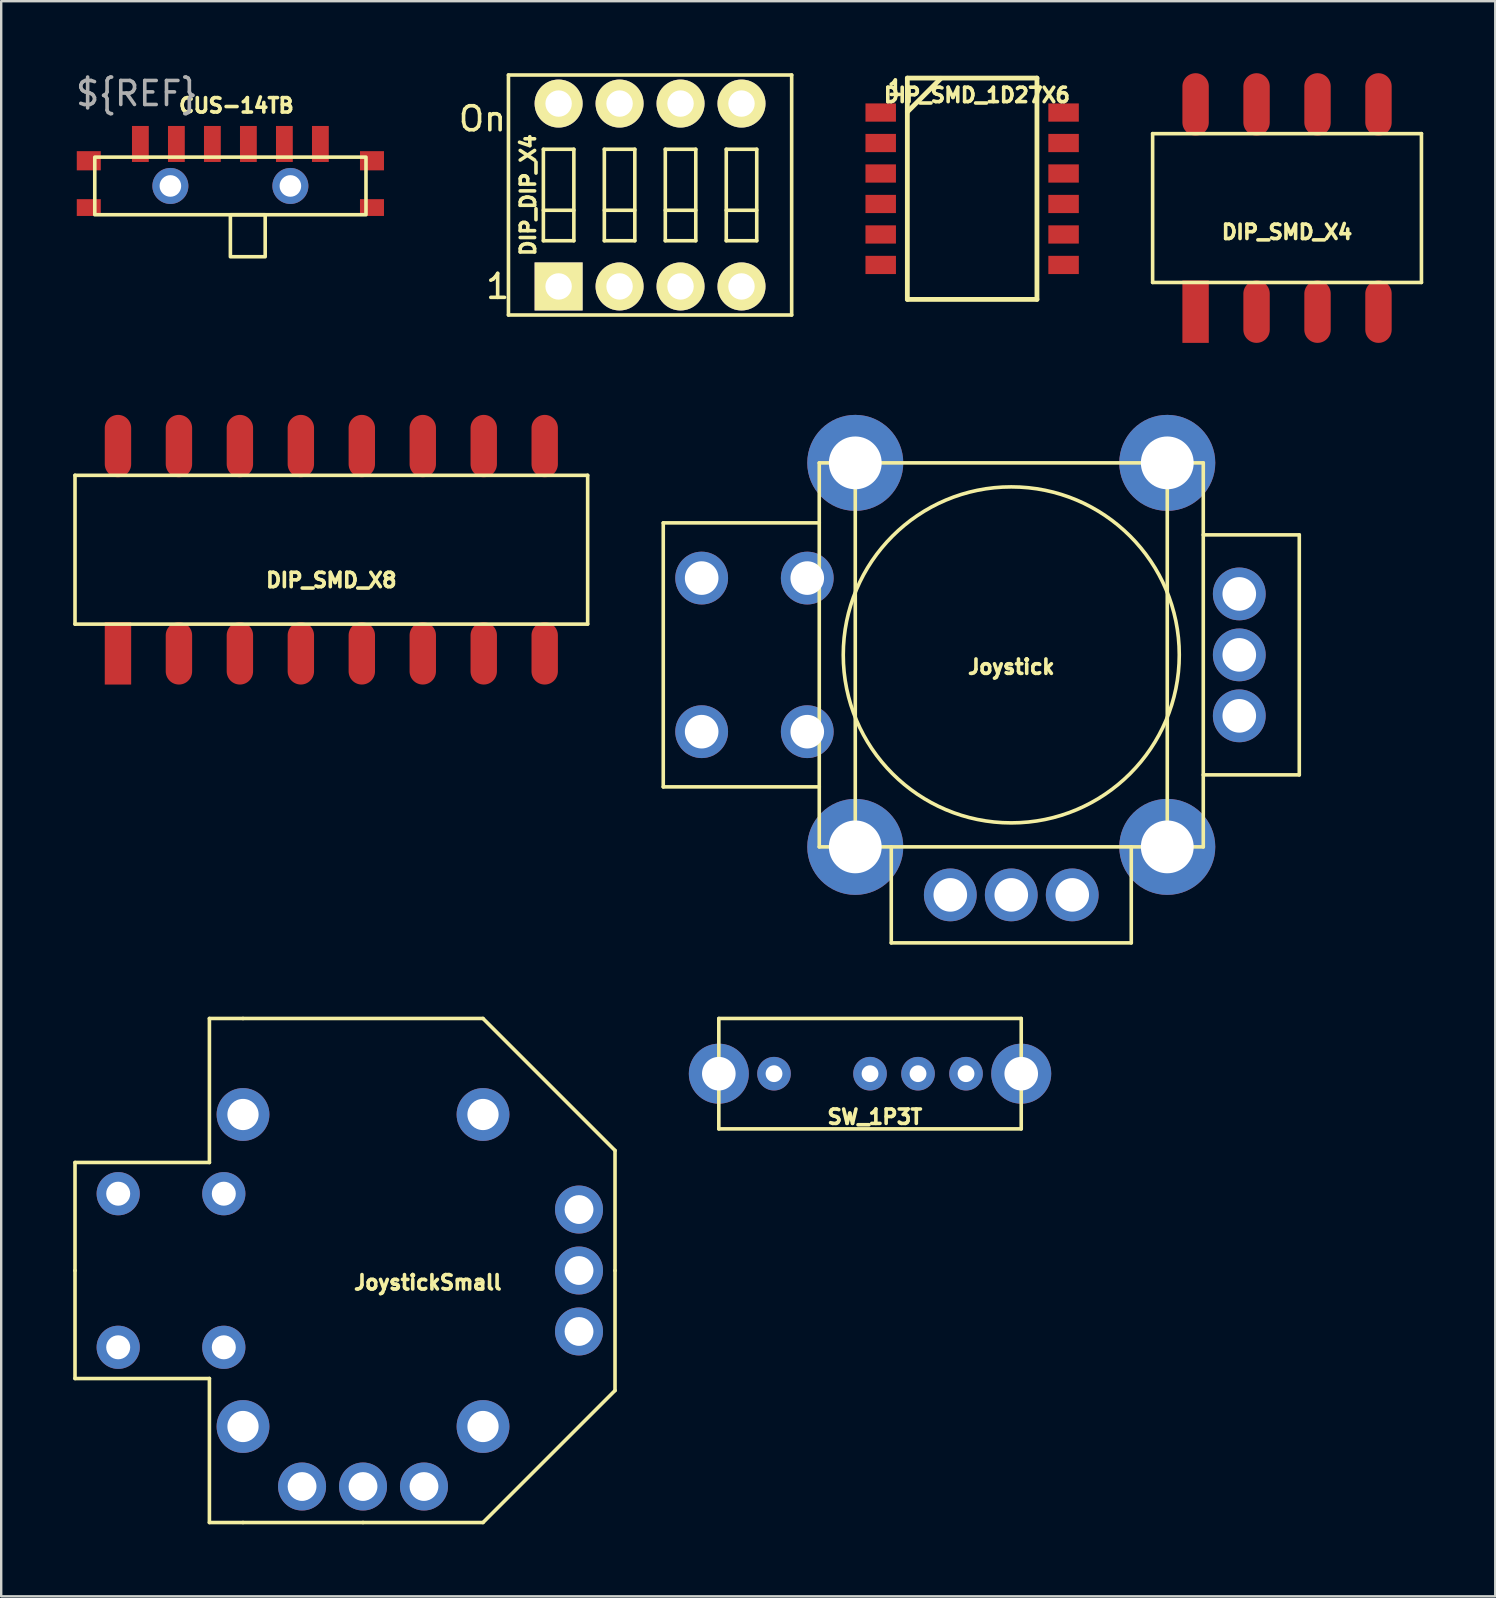
<source format=kicad_pcb>
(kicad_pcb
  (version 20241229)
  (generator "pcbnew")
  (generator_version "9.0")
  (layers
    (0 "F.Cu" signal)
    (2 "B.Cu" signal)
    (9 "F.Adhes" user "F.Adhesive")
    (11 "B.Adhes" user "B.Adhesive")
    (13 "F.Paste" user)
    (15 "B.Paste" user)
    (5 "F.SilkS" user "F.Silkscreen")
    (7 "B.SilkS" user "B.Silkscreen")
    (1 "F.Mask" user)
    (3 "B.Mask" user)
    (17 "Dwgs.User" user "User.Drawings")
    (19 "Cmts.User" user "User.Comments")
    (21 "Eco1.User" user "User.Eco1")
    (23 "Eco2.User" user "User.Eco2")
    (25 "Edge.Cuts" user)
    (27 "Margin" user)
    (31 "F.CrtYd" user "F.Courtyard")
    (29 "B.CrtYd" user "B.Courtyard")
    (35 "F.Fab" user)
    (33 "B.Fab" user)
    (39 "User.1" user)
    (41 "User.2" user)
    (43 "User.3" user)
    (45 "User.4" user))
  (footprint "SW_1P3T"
    (layer "F.Cu")
    (at 33.2 41.686)
    (property "Reference" "SW_1P3T" (at 0.2 1.8 0) (layer "F.SilkS") (effects (font (size 0.6 0.6) (thickness 0.15))))
    (attr through_hole)
    (fp_line (start -6.3 -2.3) (end 6.3 -2.3) (stroke (width 0.15) (type solid)) (layer "F.SilkS"))
    (fp_line (start -6.3 2.3) (end -6.3 -2.3) (stroke (width 0.15) (type solid)) (layer "F.SilkS"))
    (fp_line (start 6.3 -2.3) (end 6.3 2.3) (stroke (width 0.15) (type solid)) (layer "F.SilkS"))
    (fp_line (start 6.3 2.3) (end -6.3 2.3) (stroke (width 0.15) (type solid)) (layer "F.SilkS"))
    (pad "1" thru_hole circle (at 0 0) (size 1.4 1.4) (drill 0.7) (layers "*.Cu" "*.Mask"))
    (pad "2" thru_hole circle (at -4 0) (size 1.4 1.4) (drill 0.7) (layers "*.Cu" "*.Mask"))
    (pad "3" thru_hole circle (at 2 0) (size 1.4 1.4) (drill 0.7) (layers "*.Cu" "*.Mask"))
    (pad "4" thru_hole circle (at 4 0) (size 1.4 1.4) (drill 0.7) (layers "*.Cu" "*.Mask"))
    (pad "H" thru_hole circle (at -6.3 0) (size 2.5 2.5) (drill 1.4) (layers "*.Cu" "*.Mask"))
    (pad "H" thru_hole circle (at 6.3 0) (size 2.5 2.5) (drill 1.4) (layers "*.Cu" "*.Mask")))
  (footprint "DIP_SMD_X8"
    (layer "F.Cu")
    (at 10.755 19.854)
    (property "Reference" "DIP_SMD_X8" (at 0 1.27 0) (layer "F.SilkS") (effects (font (size 0.6 0.6) (thickness 0.15))))
    (attr through_hole)
    (fp_line (start -10.68 -3.1) (end 10.68 -3.1) (stroke (width 0.15) (type solid)) (layer "F.SilkS"))
    (fp_line (start -10.68 3.1) (end -10.68 -3.1) (stroke (width 0.15) (type solid)) (layer "F.SilkS"))
    (fp_line (start 10.68 -3.1) (end 10.68 3.1) (stroke (width 0.15) (type solid)) (layer "F.SilkS"))
    (fp_line (start 10.68 3.1) (end -10.68 3.1) (stroke (width 0.15) (type solid)) (layer "F.SilkS"))
    (pad "1" smd rect (at -8.89 4.318) (size 1.1 2.6) (layers "F.Cu" "F.Mask" "F.Paste"))
    (pad "2" smd oval (at -6.35 4.318) (size 1.1 2.6) (layers "F.Cu" "F.Mask" "F.Paste"))
    (pad "3" smd oval (at -3.81 4.318) (size 1.1 2.6) (layers "F.Cu" "F.Mask" "F.Paste"))
    (pad "4" smd oval (at -1.27 4.318) (size 1.1 2.6) (layers "F.Cu" "F.Mask" "F.Paste"))
    (pad "5" smd oval (at 1.27 4.318) (size 1.1 2.6) (layers "F.Cu" "F.Mask" "F.Paste"))
    (pad "6" smd oval (at 3.81 4.318) (size 1.1 2.6) (layers "F.Cu" "F.Mask" "F.Paste"))
    (pad "7" smd oval (at 6.35 4.318) (size 1.1 2.6) (layers "F.Cu" "F.Mask" "F.Paste"))
    (pad "8" smd oval (at 8.89 4.318) (size 1.1 2.6) (layers "F.Cu" "F.Mask" "F.Paste"))
    (pad "9" smd oval (at 8.89 -4.318) (size 1.1 2.6) (layers "F.Cu" "F.Mask" "F.Paste"))
    (pad "10" smd oval (at 6.35 -4.318) (size 1.1 2.6) (layers "F.Cu" "F.Mask" "F.Paste"))
    (pad "11" smd oval (at 3.81 -4.318) (size 1.1 2.6) (layers "F.Cu" "F.Mask" "F.Paste"))
    (pad "12" smd oval (at 1.27 -4.318) (size 1.1 2.6) (layers "F.Cu" "F.Mask" "F.Paste"))
    (pad "13" smd oval (at -1.27 -4.318) (size 1.1 2.6) (layers "F.Cu" "F.Mask" "F.Paste"))
    (pad "14" smd oval (at -3.81 -4.318) (size 1.1 2.6) (layers "F.Cu" "F.Mask" "F.Paste"))
    (pad "15" smd oval (at -6.35 -4.318) (size 1.1 2.6) (layers "F.Cu" "F.Mask" "F.Paste"))
    (pad "16" smd oval (at -8.89 -4.318) (size 1.1 2.6) (layers "F.Cu" "F.Mask" "F.Paste")))
  (footprint "CUS-14TB"
    (layer "F.Cu")
    (at 6.549 4.698)
    (property "Reference" "CUS-14TB" (at 0.25 -3.35 0) (unlocked yes) (layer "F.SilkS") (effects (font (size 0.6 0.6) (thickness 0.15))))
    (attr through_hole)
    (fp_rect (start -5.65 -1.2) (end 5.65 1.2) (stroke (width 0.15) (type solid)) (fill no) (layer "F.SilkS"))
    (fp_rect (start 0 1.2) (end 1.45 2.95) (stroke (width 0.15) (type solid)) (fill no) (layer "F.SilkS"))
    (fp_text user "${REF}" (at -3.9 -3.85 0) (unlocked yes) (layer "F.Fab") (effects (font (size 1 1) (thickness 0.15))))
    (pad "1" smd rect (at -0.75 -1.75) (size 0.7 1.5) (layers "F.Cu" "F.Mask" "F.Paste"))
    (pad "1" smd rect (at 0.75 -1.75) (size 0.7 1.5) (layers "F.Cu" "F.Mask" "F.Paste"))
    (pad "2" smd rect (at -3.75 -1.75) (size 0.7 1.5) (layers "F.Cu" "F.Mask" "F.Paste"))
    (pad "3" smd rect (at -2.25 -1.75) (size 0.7 1.5) (layers "F.Cu" "F.Mask" "F.Paste"))
    (pad "4" smd rect (at 2.25 -1.75) (size 0.7 1.5) (layers "F.Cu" "F.Mask" "F.Paste"))
    (pad "5" smd rect (at 3.75 -1.75) (size 0.7 1.5) (layers "F.Cu" "F.Mask" "F.Paste"))
    (pad "H" smd rect (at -5.9 -1.05) (size 1 0.8) (layers "F.Cu" "F.Mask" "F.Paste"))
    (pad "H" smd rect (at -5.9 0.9) (size 1 0.7) (layers "F.Cu" "F.Mask" "F.Paste"))
    (pad "H" thru_hole circle (at -2.5 0) (size 1.5 1.5) (drill 0.9) (layers "*.Cu" "*.Mask"))
    (pad "H" thru_hole circle (at 2.5 0) (size 1.5 1.5) (drill 0.9) (layers "*.Cu" "*.Mask"))
    (pad "H" smd rect (at 5.9 -1.05) (size 1 0.8) (layers "F.Cu" "F.Mask" "F.Paste"))
    (pad "H" smd rect (at 5.9 0.9) (size 1 0.7) (layers "F.Cu" "F.Mask" "F.Paste")))
  (footprint "Joystick"
    (layer "F.Cu")
    (at 39.085 24.236)
    (property "Reference" "Joystick" (at 0 0.5 0) (layer "F.SilkS") (effects (font (size 0.6 0.6) (thickness 0.15))))
    (attr through_hole)
    (fp_line (start -14.5 -5.5) (end -14.5 5.5) (stroke (width 0.15) (type solid)) (layer "F.SilkS"))
    (fp_line (start -14.5 5.5) (end -8 5.5) (stroke (width 0.15) (type solid)) (layer "F.SilkS"))
    (fp_line (start -8 -8) (end 8 -8) (stroke (width 0.15) (type solid)) (layer "F.SilkS"))
    (fp_line (start -8 -5.5) (end -14.5 -5.5) (stroke (width 0.15) (type solid)) (layer "F.SilkS"))
    (fp_line (start -8 8) (end -8 -8) (stroke (width 0.15) (type solid)) (layer "F.SilkS"))
    (fp_line (start -6.5 -8) (end -6.5 8) (stroke (width 0.15) (type solid)) (layer "F.SilkS"))
    (fp_line (start -5 8) (end -5 12) (stroke (width 0.15) (type solid)) (layer "F.SilkS"))
    (fp_line (start -5 12) (end 5 12) (stroke (width 0.15) (type solid)) (layer "F.SilkS"))
    (fp_line (start 5 12) (end 5 8) (stroke (width 0.15) (type solid)) (layer "F.SilkS"))
    (fp_line (start 6.5 8) (end 6.5 -8) (stroke (width 0.15) (type solid)) (layer "F.SilkS"))
    (fp_line (start 8 -8) (end 8 8) (stroke (width 0.15) (type solid)) (layer "F.SilkS"))
    (fp_line (start 8 -5) (end 12 -5) (stroke (width 0.15) (type solid)) (layer "F.SilkS"))
    (fp_line (start 8 8) (end -8 8) (stroke (width 0.15) (type solid)) (layer "F.SilkS"))
    (fp_line (start 12 -5) (end 12 5) (stroke (width 0.15) (type solid)) (layer "F.SilkS"))
    (fp_line (start 12 5) (end 8 5) (stroke (width 0.15) (type solid)) (layer "F.SilkS"))
    (fp_circle (center 0 0) (end 7 0) (stroke (width 0.15) (type solid)) (fill no) (layer "F.SilkS"))
    (pad "1" thru_hole circle (at -12.9 3.2) (size 2.2 2.2) (drill 1.4) (layers "*.Cu" "*.Mask"))
    (pad "2" thru_hole circle (at -8.5 3.2) (size 2.2 2.2) (drill 1.4) (layers "*.Cu" "*.Mask"))
    (pad "3" thru_hole circle (at -6.5 8) (size 4 4) (drill 2.2) (layers "*.Cu" "*.Mask"))
    (pad "4" thru_hole circle (at -2.54 10) (size 2.2 2.2) (drill 1.4) (layers "*.Cu" "*.Mask"))
    (pad "5" thru_hole circle (at 0 10) (size 2.2 2.2) (drill 1.4) (layers "*.Cu" "*.Mask"))
    (pad "6" thru_hole circle (at 2.54 10) (size 2.2 2.2) (drill 1.4) (layers "*.Cu" "*.Mask"))
    (pad "7" thru_hole circle (at 6.5 8) (size 4 4) (drill 2.2) (layers "*.Cu" "*.Mask"))
    (pad "8" thru_hole circle (at 9.5 2.54) (size 2.2 2.2) (drill 1.4) (layers "*.Cu" "*.Mask"))
    (pad "9" thru_hole circle (at 9.5 0) (size 2.2 2.2) (drill 1.4) (layers "*.Cu" "*.Mask"))
    (pad "10" thru_hole circle (at 9.5 -2.54) (size 2.2 2.2) (drill 1.4) (layers "*.Cu" "*.Mask"))
    (pad "11" thru_hole circle (at 6.5 -8) (size 4 4) (drill 2.2) (layers "*.Cu" "*.Mask"))
    (pad "12" thru_hole circle (at -6.5 -8) (size 4 4) (drill 2.2) (layers "*.Cu" "*.Mask"))
    (pad "13" thru_hole circle (at -8.5 -3.2) (size 2.2 2.2) (drill 1.4) (layers "*.Cu" "*.Mask"))
    (pad "14" thru_hole circle (at -12.9 -3.2) (size 2.2 2.2) (drill 1.4) (layers "*.Cu" "*.Mask")))
  (footprint "DIP_SMD_1D27X6"
    (layer "F.Cu")
    (at 37.455 4.814)
    (property "Reference" "DIP_SMD_1D27X6" (at 0.2 -3.9 0) (layer "F.SilkS") (effects (font (size 0.6 0.6) (thickness 0.15))))
    (attr smd)
    (fp_line (start -2.7 -4.61) (end 2.7 -4.61) (stroke (width 0.2) (type solid)) (layer "F.SilkS"))
    (fp_line (start -2.7 -3.2) (end -1.3 -4.6) (stroke (width 0.2) (type solid)) (layer "F.SilkS"))
    (fp_line (start -2.7 4.61) (end -2.7 -4.61) (stroke (width 0.2) (type solid)) (layer "F.SilkS"))
    (fp_line (start 2.7 -4.61) (end 2.7 4.61) (stroke (width 0.2) (type solid)) (layer "F.SilkS"))
    (fp_line (start 2.7 4.61) (end -2.7 4.61) (stroke (width 0.2) (type solid)) (layer "F.SilkS"))
    (fp_text user "1" (at -3.2 -4.2 180) (layer "F.SilkS") (effects (font (size 0.6 0.6) (thickness 0.15))))
    (pad "1" smd rect (at -3.81 -3.175) (size 1.27 0.76) (layers "F.Cu" "F.Mask" "F.Paste"))
    (pad "2" smd rect (at -3.81 -1.905) (size 1.27 0.76) (layers "F.Cu" "F.Mask" "F.Paste"))
    (pad "3" smd rect (at -3.81 -0.635) (size 1.27 0.76) (layers "F.Cu" "F.Mask" "F.Paste"))
    (pad "4" smd rect (at -3.81 0.635) (size 1.27 0.76) (layers "F.Cu" "F.Mask" "F.Paste"))
    (pad "5" smd rect (at -3.81 1.905) (size 1.27 0.76) (layers "F.Cu" "F.Mask" "F.Paste"))
    (pad "6" smd rect (at -3.81 3.175) (size 1.27 0.76) (layers "F.Cu" "F.Mask" "F.Paste"))
    (pad "7" smd rect (at 3.81 3.175) (size 1.27 0.76) (layers "F.Cu" "F.Mask" "F.Paste"))
    (pad "8" smd rect (at 3.81 1.905) (size 1.27 0.76) (layers "F.Cu" "F.Mask" "F.Paste"))
    (pad "9" smd rect (at 3.81 0.635) (size 1.27 0.76) (layers "F.Cu" "F.Mask" "F.Paste"))
    (pad "10" smd rect (at 3.81 -0.635) (size 1.27 0.76) (layers "F.Cu" "F.Mask" "F.Paste"))
    (pad "11" smd rect (at 3.81 -1.905) (size 1.27 0.76) (layers "F.Cu" "F.Mask" "F.Paste"))
    (pad "12" smd rect (at 3.81 -3.175) (size 1.27 0.76) (layers "F.Cu" "F.Mask" "F.Paste")))
  (footprint "DIP_DIP_X4"
    (layer "F.Cu")
    (at 24.035 5.075)
    (property "Reference" "DIP_DIP_X4" (at -5.08 0 90) (layer "F.SilkS") (effects (font (size 0.6 0.6) (thickness 0.15))))
    (attr through_hole)
    (fp_line (start -5.9 -5) (end 5.9 -5) (stroke (width 0.15) (type solid)) (layer "F.SilkS"))
    (fp_line (start -5.9 5) (end -5.9 -5) (stroke (width 0.15) (type solid)) (layer "F.SilkS"))
    (fp_line (start -4.445 -1.905) (end -3.175 -1.905) (stroke (width 0.15) (type solid)) (layer "F.SilkS"))
    (fp_line (start -4.445 0.635) (end -3.175 0.635) (stroke (width 0.15) (type solid)) (layer "F.SilkS"))
    (fp_line (start -4.445 1.905) (end -4.445 -1.905) (stroke (width 0.15) (type solid)) (layer "F.SilkS"))
    (fp_line (start -3.175 -1.905) (end -3.175 1.905) (stroke (width 0.15) (type solid)) (layer "F.SilkS"))
    (fp_line (start -3.175 1.905) (end -4.445 1.905) (stroke (width 0.15) (type solid)) (layer "F.SilkS"))
    (fp_line (start -1.905 -1.905) (end -0.635 -1.905) (stroke (width 0.15) (type solid)) (layer "F.SilkS"))
    (fp_line (start -1.905 0.635) (end -0.635 0.635) (stroke (width 0.15) (type solid)) (layer "F.SilkS"))
    (fp_line (start -1.905 1.905) (end -1.905 -1.905) (stroke (width 0.15) (type solid)) (layer "F.SilkS"))
    (fp_line (start -0.635 -1.905) (end -0.635 1.905) (stroke (width 0.15) (type solid)) (layer "F.SilkS"))
    (fp_line (start -0.635 1.905) (end -1.905 1.905) (stroke (width 0.15) (type solid)) (layer "F.SilkS"))
    (fp_line (start 0.635 -1.905) (end 1.905 -1.905) (stroke (width 0.15) (type solid)) (layer "F.SilkS"))
    (fp_line (start 0.635 0.635) (end 1.905 0.635) (stroke (width 0.15) (type solid)) (layer "F.SilkS"))
    (fp_line (start 0.635 1.905) (end 0.635 -1.905) (stroke (width 0.15) (type solid)) (layer "F.SilkS"))
    (fp_line (start 1.905 -1.905) (end 1.905 1.905) (stroke (width 0.15) (type solid)) (layer "F.SilkS"))
    (fp_line (start 1.905 1.905) (end 0.635 1.905) (stroke (width 0.15) (type solid)) (layer "F.SilkS"))
    (fp_line (start 3.175 -1.905) (end 4.445 -1.905) (stroke (width 0.15) (type solid)) (layer "F.SilkS"))
    (fp_line (start 3.175 0.635) (end 4.445 0.635) (stroke (width 0.15) (type solid)) (layer "F.SilkS"))
    (fp_line (start 3.175 1.905) (end 3.175 -1.905) (stroke (width 0.15) (type solid)) (layer "F.SilkS"))
    (fp_line (start 4.445 -1.905) (end 4.445 1.905) (stroke (width 0.15) (type solid)) (layer "F.SilkS"))
    (fp_line (start 4.445 1.905) (end 3.175 1.905) (stroke (width 0.15) (type solid)) (layer "F.SilkS"))
    (fp_line (start 5.9 -5) (end 5.9 5) (stroke (width 0.15) (type solid)) (layer "F.SilkS"))
    (fp_line (start 5.9 5) (end -5.9 5) (stroke (width 0.15) (type solid)) (layer "F.SilkS"))
    (fp_text user "1" (at -6.35 3.81 0) (layer "F.SilkS") (effects (font (size 1 1) (thickness 0.15))))
    (fp_text user "On" (at -6.985 -3.175 0) (layer "F.SilkS") (effects (font (size 1 1) (thickness 0.15))))
    (pad "1" thru_hole rect (at -3.81 3.81) (size 2 2) (drill 1.1) (layers "*.Cu" "*.Mask" "F.SilkS"))
    (pad "2" thru_hole circle (at -1.27 3.81) (size 2 2) (drill 1.1) (layers "*.Cu" "*.Mask" "F.SilkS"))
    (pad "3" thru_hole circle (at 1.27 3.81) (size 2 2) (drill 1.1) (layers "*.Cu" "*.Mask" "F.SilkS"))
    (pad "4" thru_hole circle (at 3.81 3.81) (size 2 2) (drill 1.1) (layers "*.Cu" "*.Mask" "F.SilkS"))
    (pad "5" thru_hole circle (at 3.81 -3.81) (size 2 2) (drill 1.1) (layers "*.Cu" "*.Mask" "F.SilkS"))
    (pad "6" thru_hole circle (at 1.27 -3.81) (size 2 2) (drill 1.1) (layers "*.Cu" "*.Mask" "F.SilkS"))
    (pad "7" thru_hole circle (at -1.27 -3.81) (size 2 2) (drill 1.1) (layers "*.Cu" "*.Mask" "F.SilkS"))
    (pad "8" thru_hole circle (at -3.81 -3.81) (size 2 2) (drill 1.1) (layers "*.Cu" "*.Mask" "F.SilkS")))
  (footprint "JoystickSmall"
    (layer "F.Cu")
    (at 12.075 49.886)
    (property "Reference" "JoystickSmall" (at 2.7 0.5 0) (layer "F.SilkS") (effects (font (size 0.6 0.6) (thickness 0.15))))
    (attr through_hole)
    (fp_line (start -12 -4.5) (end -6.4 -4.5) (stroke (width 0.15) (type solid)) (layer "F.SilkS"))
    (fp_line (start -12 0) (end -12 -4.5) (stroke (width 0.15) (type solid)) (layer "F.SilkS"))
    (fp_line (start -12 0) (end -12 4.5) (stroke (width 0.15) (type solid)) (layer "F.SilkS"))
    (fp_line (start -12 4.5) (end -6.4 4.5) (stroke (width 0.15) (type solid)) (layer "F.SilkS"))
    (fp_line (start -6.4 -10.5) (end -5 -10.5) (stroke (width 0.15) (type solid)) (layer "F.SilkS"))
    (fp_line (start -6.4 -4.5) (end -6.4 -10.5) (stroke (width 0.15) (type solid)) (layer "F.SilkS"))
    (fp_line (start -6.4 4.5) (end -6.4 10.5) (stroke (width 0.15) (type solid)) (layer "F.SilkS"))
    (fp_line (start -6.4 10.5) (end -5 10.5) (stroke (width 0.15) (type solid)) (layer "F.SilkS"))
    (fp_line (start 0 10.5) (end -5 10.5) (stroke (width 0.15) (type solid)) (layer "F.SilkS"))
    (fp_line (start 0 10.5) (end 5 10.5) (stroke (width 0.15) (type solid)) (layer "F.SilkS"))
    (fp_line (start 5 -10.5) (end -5 -10.5) (stroke (width 0.15) (type solid)) (layer "F.SilkS"))
    (fp_line (start 10.5 -5) (end 5 -10.5) (stroke (width 0.15) (type solid)) (layer "F.SilkS"))
    (fp_line (start 10.5 0) (end 10.5 -5) (stroke (width 0.15) (type solid)) (layer "F.SilkS"))
    (fp_line (start 10.5 0) (end 10.5 5) (stroke (width 0.15) (type solid)) (layer "F.SilkS"))
    (fp_line (start 10.5 5) (end 5 10.5) (stroke (width 0.15) (type solid)) (layer "F.SilkS"))
    (pad "1" thru_hole circle (at -10.2 3.2) (size 1.8 1.8) (drill 1) (layers "*.Cu" "*.Mask"))
    (pad "2" thru_hole circle (at -5.8 3.2) (size 1.8 1.8) (drill 1) (layers "*.Cu" "*.Mask"))
    (pad "3" thru_hole circle (at -5 6.5) (size 2.2 2.2) (drill 1.3) (layers "*.Cu" "*.Mask"))
    (pad "4" thru_hole circle (at -2.54 9) (size 2 2) (drill 1.2) (layers "*.Cu" "*.Mask"))
    (pad "5" thru_hole circle (at 0 9) (size 2 2) (drill 1.2) (layers "*.Cu" "*.Mask"))
    (pad "6" thru_hole circle (at 2.54 9) (size 2 2) (drill 1.2) (layers "*.Cu" "*.Mask"))
    (pad "7" thru_hole circle (at 5 6.5) (size 2.2 2.2) (drill 1.3) (layers "*.Cu" "*.Mask"))
    (pad "8" thru_hole circle (at 9 2.54) (size 2 2) (drill 1.2) (layers "*.Cu" "*.Mask"))
    (pad "9" thru_hole circle (at 9 0) (size 2 2) (drill 1.2) (layers "*.Cu" "*.Mask"))
    (pad "10" thru_hole circle (at 9 -2.54) (size 2 2) (drill 1.2) (layers "*.Cu" "*.Mask"))
    (pad "11" thru_hole circle (at 5 -6.5) (size 2.2 2.2) (drill 1.3) (layers "*.Cu" "*.Mask"))
    (pad "12" thru_hole circle (at -5 -6.5) (size 2.2 2.2) (drill 1.3) (layers "*.Cu" "*.Mask"))
    (pad "13" thru_hole circle (at -5.8 -3.2) (size 1.8 1.8) (drill 1) (layers "*.Cu" "*.Mask"))
    (pad "14" thru_hole circle (at -10.2 -3.2) (size 1.8 1.8) (drill 1) (layers "*.Cu" "*.Mask")))
  (footprint "DIP_SMD_X4"
    (layer "F.Cu")
    (at 50.575 5.618)
    (property "Reference" "DIP_SMD_X4" (at 0 1 0) (layer "F.SilkS") (effects (font (size 0.6 0.6) (thickness 0.15))))
    (attr through_hole)
    (fp_line (start -5.6 -3.1) (end 5.6 -3.1) (stroke (width 0.15) (type solid)) (layer "F.SilkS"))
    (fp_line (start -5.6 3.1) (end -5.6 -3.1) (stroke (width 0.15) (type solid)) (layer "F.SilkS"))
    (fp_line (start 5.6 -3.1) (end 5.6 3.1) (stroke (width 0.15) (type solid)) (layer "F.SilkS"))
    (fp_line (start 5.6 3.1) (end -5.6 3.1) (stroke (width 0.15) (type solid)) (layer "F.SilkS"))
    (pad "1" smd rect (at -3.81 4.318) (size 1.1 2.6) (layers "F.Cu" "F.Mask" "F.Paste"))
    (pad "2" smd oval (at -1.27 4.318) (size 1.1 2.6) (layers "F.Cu" "F.Mask" "F.Paste"))
    (pad "3" smd oval (at 1.27 4.318) (size 1.1 2.6) (layers "F.Cu" "F.Mask" "F.Paste"))
    (pad "4" smd oval (at 3.81 4.318) (size 1.1 2.6) (layers "F.Cu" "F.Mask" "F.Paste"))
    (pad "5" smd oval (at 3.81 -4.318) (size 1.1 2.6) (layers "F.Cu" "F.Mask" "F.Paste"))
    (pad "6" smd oval (at 1.27 -4.318) (size 1.1 2.6) (layers "F.Cu" "F.Mask" "F.Paste"))
    (pad "7" smd oval (at -1.27 -4.318) (size 1.1 2.6) (layers "F.Cu" "F.Mask" "F.Paste"))
    (pad "8" smd oval (at -3.81 -4.318) (size 1.1 2.6) (layers "F.Cu" "F.Mask" "F.Paste")))
  (gr_rect
    (start -3 -3)
    (end 59.25 63.461)
    (stroke (width 0.1) (type default))
    (fill no)
    (layer "Edge.Cuts")))
</source>
